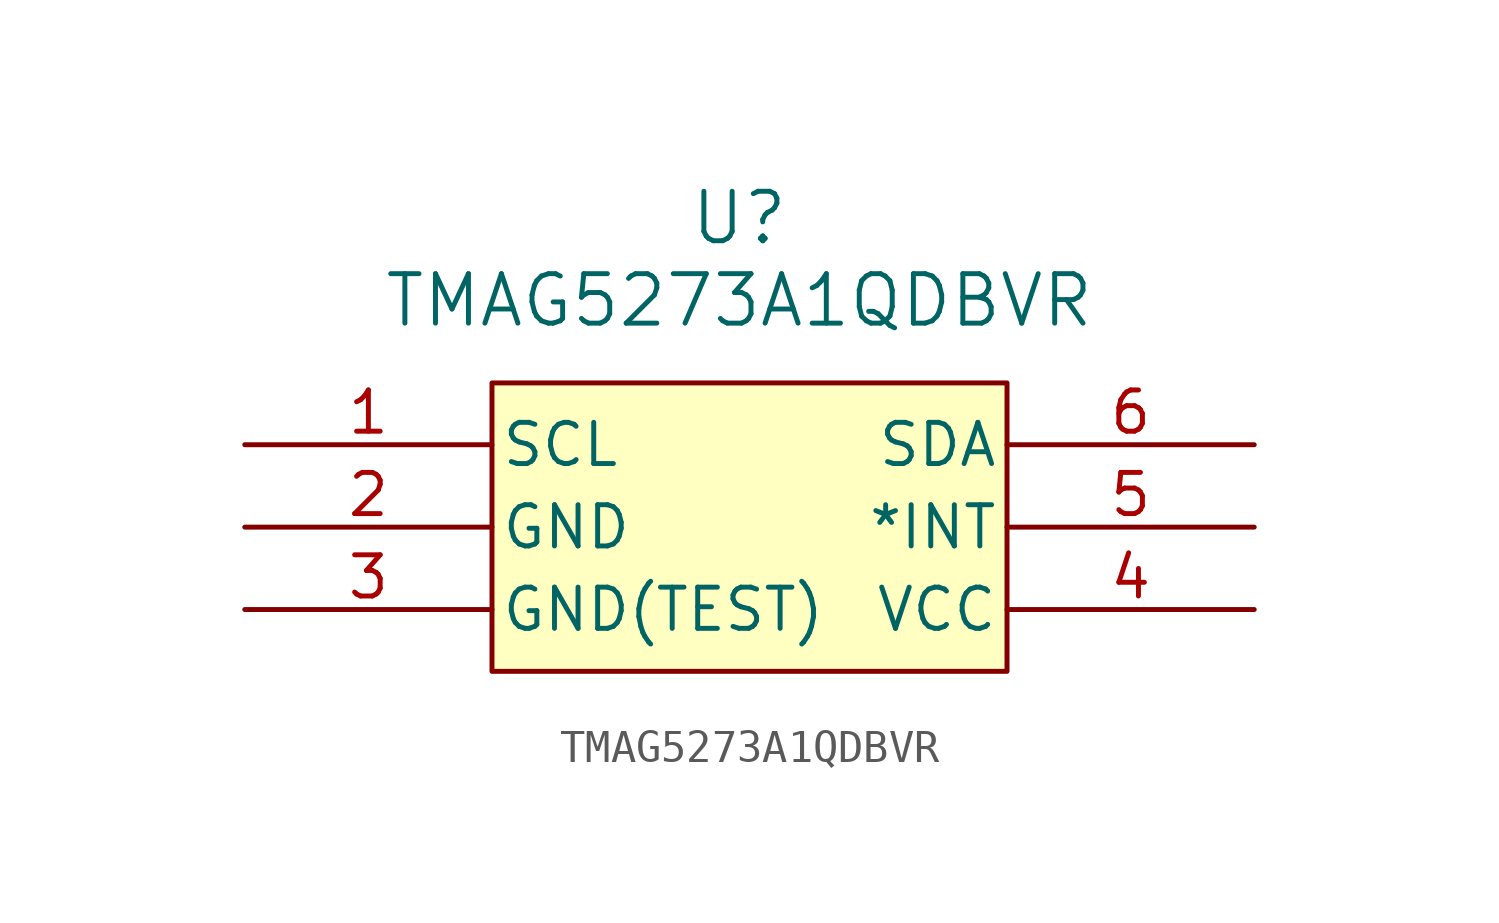
<source format=kicad_sym>
(kicad_symbol_lib
  (version 20220914)
  (generator kicad_symbol_editor)
  (symbol "TMAG5273A1QDBVR"
    (pin_names
      (offset 0.254))
    (property "Reference" "U"
      (at 25.4 10.16 0)
      (effects (font (size 1.524 1.524))))
    (property "Value" "TMAG5273A1QDBVR"
      (at 25.4 7.62 0)
      (effects (font (size 1.524 1.524))))
    (property "ki_locked" ""
      (at 0 0 0)
      (effects (font (size 1.27 1.27))))
    (symbol "TMAG5273A1QDBVR_1_1"
      (rectangle (start 17.78 5.08) (end 33.655 -3.81) (stroke (width 0) (type default)) (fill (type background)))
      (pin bidirectional line (at 10.16 3.175 0) (length 7.62) (name "SCL" (effects (font (size 1.27 1.27)))) (number "1" (effects (font (size 1.27 1.27)))))
      (pin power_out line (at 10.16 0.635 0) (length 7.62) (name "GND" (effects (font (size 1.27 1.27)))) (number "2" (effects (font (size 1.27 1.27)))))
      (pin input line (at 10.16 -1.905 0) (length 7.62) (name "GND(TEST)" (effects (font (size 1.27 1.27)))) (number "3" (effects (font (size 1.27 1.27)))))
      (pin power_in line (at 41.275 -1.905 180) (length 7.62) (name "VCC" (effects (font (size 1.27 1.27)))) (number "4" (effects (font (size 1.27 1.27)))))
      (pin bidirectional line (at 41.275 0.635 180) (length 7.62) (name "*INT" (effects (font (size 1.27 1.27)))) (number "5" (effects (font (size 1.27 1.27)))))
      (pin bidirectional line (at 41.275 3.175 180) (length 7.62) (name "SDA" (effects (font (size 1.27 1.27)))) (number "6" (effects (font (size 1.27 1.27))))))))
</source>
